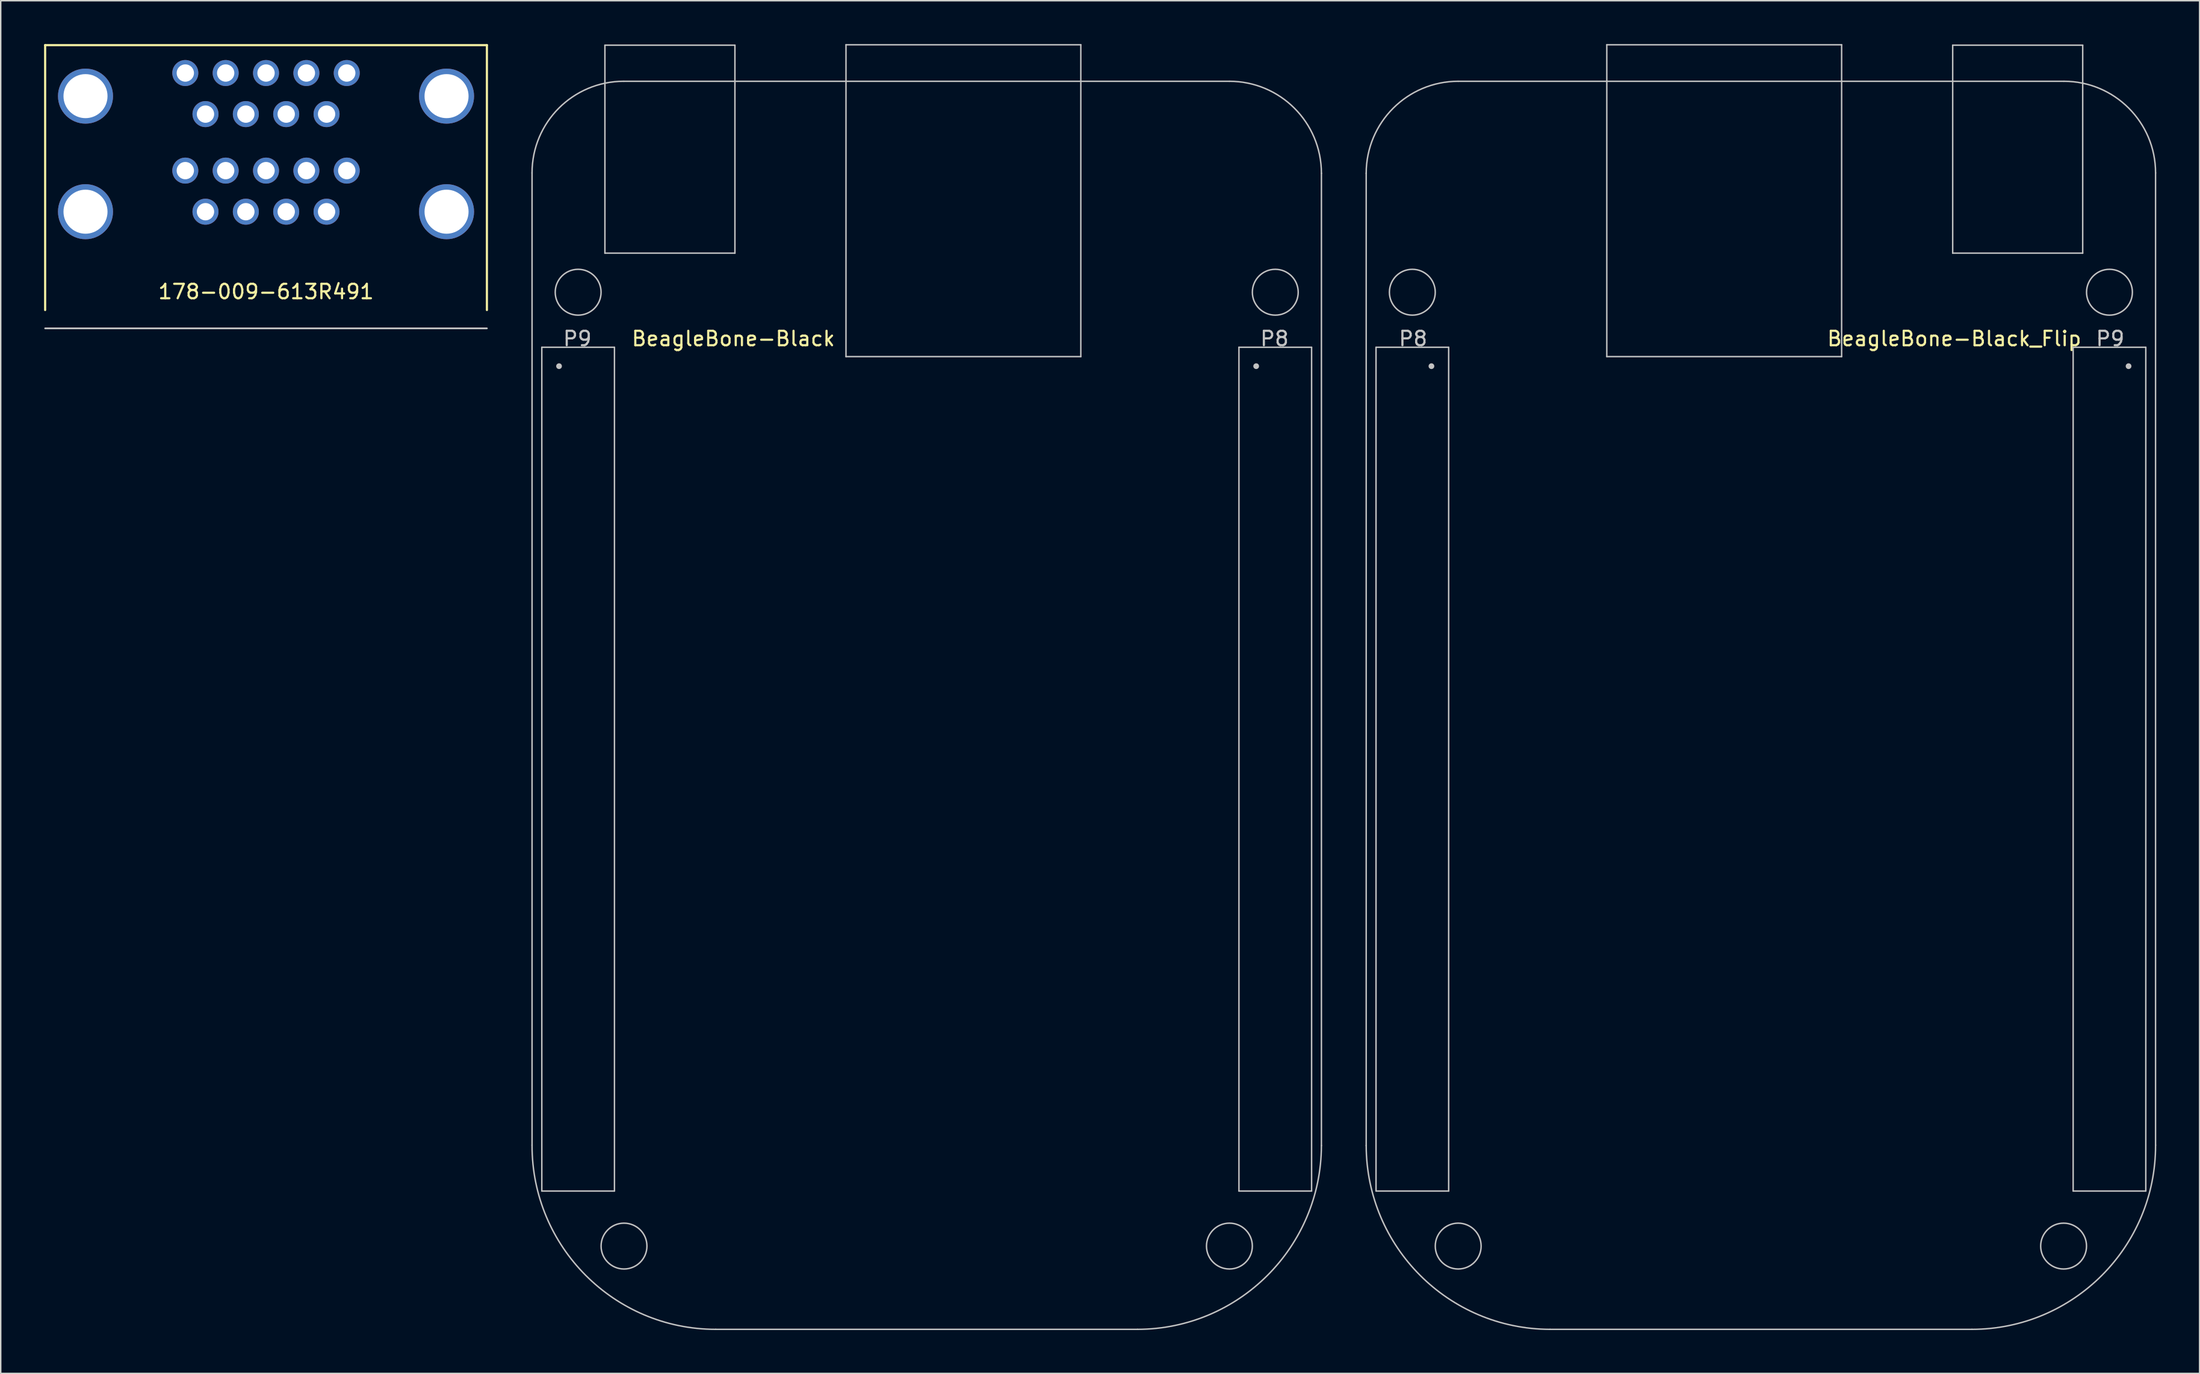
<source format=kicad_pcb>
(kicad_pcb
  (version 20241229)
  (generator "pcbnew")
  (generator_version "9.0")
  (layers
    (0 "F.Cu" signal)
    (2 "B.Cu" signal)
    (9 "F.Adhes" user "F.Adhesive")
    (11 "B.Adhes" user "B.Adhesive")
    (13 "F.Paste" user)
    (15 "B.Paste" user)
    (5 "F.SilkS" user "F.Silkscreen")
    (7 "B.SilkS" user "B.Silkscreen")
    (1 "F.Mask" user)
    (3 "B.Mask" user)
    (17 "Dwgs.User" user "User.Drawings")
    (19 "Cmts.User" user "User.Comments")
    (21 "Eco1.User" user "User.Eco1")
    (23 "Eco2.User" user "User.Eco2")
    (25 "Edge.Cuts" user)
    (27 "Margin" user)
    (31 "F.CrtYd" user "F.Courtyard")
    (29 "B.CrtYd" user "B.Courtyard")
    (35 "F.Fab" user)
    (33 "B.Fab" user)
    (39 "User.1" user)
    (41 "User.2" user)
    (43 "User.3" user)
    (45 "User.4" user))
  (footprint "BeagleBone-Black_Flip"
    (layer "F.Cu")
    (at 144.303 22.302)
    (property "Reference" "BeagleBone-Black_Flip" (at -12.065 -1.905 0) (layer "F.SilkS") (effects (font (size 1 1) (thickness 0.15))))
    (attr through_hole)
    (fp_line (start -52.776 -13.352) (end -52.776 53.961) (stroke (width 0.1) (type solid)) (layer "Dwgs.User"))
    (fp_line (start -52.096 -1.31) (end -52.096 57.11) (stroke (width 0.1) (type solid)) (layer "Dwgs.User"))
    (fp_line (start -52.096 -1.31) (end -47.067 -1.31) (stroke (width 0.1) (type solid)) (layer "Dwgs.User"))
    (fp_line (start -52.096 57.11) (end -47.067 57.11) (stroke (width 0.1) (type solid)) (layer "Dwgs.User"))
    (fp_line (start -47.067 -1.31) (end -47.067 57.11) (stroke (width 0.1) (type solid)) (layer "Dwgs.User"))
    (fp_line (start -40.051 66.686) (end -10.841 66.686) (stroke (width 0.1) (type solid)) (layer "Dwgs.User"))
    (fp_line (start -36.12 -22.252) (end -19.864 -22.252) (stroke (width 0.1) (type solid)) (layer "Dwgs.User"))
    (fp_line (start -36.12 -0.662) (end -36.12 -22.252) (stroke (width 0.1) (type solid)) (layer "Dwgs.User"))
    (fp_line (start -19.864 -22.252) (end -19.864 -0.662) (stroke (width 0.1) (type solid)) (layer "Dwgs.User"))
    (fp_line (start -19.864 -0.662) (end -36.12 -0.662) (stroke (width 0.1) (type solid)) (layer "Dwgs.User"))
    (fp_line (start -12.175 -7.825) (end -12.175 -22.225) (stroke (width 0.1) (type solid)) (layer "Dwgs.User"))
    (fp_line (start -4.476 -19.725) (end -46.403 -19.725) (stroke (width 0.1) (type solid)) (layer "Dwgs.User"))
    (fp_line (start -3.836 -1.31) (end -3.836 57.11) (stroke (width 0.1) (type solid)) (layer "Dwgs.User"))
    (fp_line (start -3.836 -1.31) (end 1.193 -1.31) (stroke (width 0.1) (type solid)) (layer "Dwgs.User"))
    (fp_line (start -3.836 57.11) (end 1.193 57.11) (stroke (width 0.1) (type solid)) (layer "Dwgs.User"))
    (fp_line (start -3.175 -22.225) (end -12.175 -22.225) (stroke (width 0.1) (type solid)) (layer "Dwgs.User"))
    (fp_line (start -3.175 -7.825) (end -12.175 -7.825) (stroke (width 0.1) (type solid)) (layer "Dwgs.User"))
    (fp_line (start -3.175 -7.825) (end -3.175 -22.225) (stroke (width 0.1) (type solid)) (layer "Dwgs.User"))
    (fp_line (start 1.193 -1.31) (end 1.193 57.11) (stroke (width 0.1) (type solid)) (layer "Dwgs.User"))
    (fp_line (start 1.869 53.935) (end 1.869 -13.38) (stroke (width 0.1) (type solid)) (layer "Dwgs.User"))
    (fp_arc (start -52.77594 -13.352274) (mid -50.909412 -17.85847) (end -46.403216 -19.724998) (stroke (width 0.1) (type solid)) (layer "Dwgs.User"))
    (fp_arc (start -40.050736 66.68562) (mid -49.03983 62.950067) (end -52.77594 53.961204) (stroke (width 0.1) (type solid)) (layer "Dwgs.User"))
    (fp_arc (start -4.475629 -19.725) (mid 0.01104 -17.866561) (end 1.869479 -13.379892) (stroke (width 0.1) (type solid)) (layer "Dwgs.User"))
    (fp_arc (start 1.869479 53.934513) (mid -1.843065 62.944156) (end -10.840736 66.685621) (stroke (width 0.1) (type solid)) (layer "Dwgs.User"))
    (fp_circle (center -49.582 -5.12) (end -49.582 -3.533) (stroke (width 0.1) (type solid)) (fill no) (layer "Dwgs.User"))
    (fp_circle (center -48.26 0) (end -48.36 0) (stroke (width 0.2) (type solid)) (fill no) (layer "Dwgs.User"))
    (fp_circle (center -46.407 60.92) (end -46.407 62.507) (stroke (width 0.1) (type solid)) (fill no) (layer "Dwgs.User"))
    (fp_circle (center -4.497 60.92) (end -4.497 62.507) (stroke (width 0.1) (type solid)) (fill no) (layer "Dwgs.User"))
    (fp_circle (center -1.322 -5.12) (end -1.322 -3.533) (stroke (width 0.1) (type solid)) (fill no) (layer "Dwgs.User"))
    (fp_circle (center 0 0) (end -0.1 0) (stroke (width 0.2) (type solid)) (fill no) (layer "Dwgs.User"))
    (fp_text user "P9" (at -1.27 -1.905 0) (layer "Dwgs.User") (effects (font (size 1 1) (thickness 0.15))))
    (fp_text user "P8" (at -49.53 -1.905 0) (layer "Dwgs.User") (effects (font (size 1 1) (thickness 0.15)))))
  (footprint "BeagleBone-Black"
    (layer "F.Cu")
    (at 35.651 22.302)
    (property "Reference" "BeagleBone-Black" (at 12.065 -1.905 0) (layer "F.SilkS") (effects (font (size 1 1) (thickness 0.15))))
    (attr through_hole)
    (fp_line (start -1.869 53.935) (end -1.869 -13.38) (stroke (width 0.1) (type solid)) (layer "Dwgs.User"))
    (fp_line (start -1.193 -1.31) (end -1.193 57.11) (stroke (width 0.1) (type solid)) (layer "Dwgs.User"))
    (fp_line (start 3.175 -22.225) (end 12.175 -22.225) (stroke (width 0.1) (type solid)) (layer "Dwgs.User"))
    (fp_line (start 3.175 -7.825) (end 3.175 -22.225) (stroke (width 0.1) (type solid)) (layer "Dwgs.User"))
    (fp_line (start 3.175 -7.825) (end 12.175 -7.825) (stroke (width 0.1) (type solid)) (layer "Dwgs.User"))
    (fp_line (start 3.836 -1.31) (end -1.193 -1.31) (stroke (width 0.1) (type solid)) (layer "Dwgs.User"))
    (fp_line (start 3.836 -1.31) (end 3.836 57.11) (stroke (width 0.1) (type solid)) (layer "Dwgs.User"))
    (fp_line (start 3.836 57.11) (end -1.193 57.11) (stroke (width 0.1) (type solid)) (layer "Dwgs.User"))
    (fp_line (start 4.476 -19.725) (end 46.403 -19.725) (stroke (width 0.1) (type solid)) (layer "Dwgs.User"))
    (fp_line (start 12.175 -7.825) (end 12.175 -22.225) (stroke (width 0.1) (type solid)) (layer "Dwgs.User"))
    (fp_line (start 19.864 -22.252) (end 19.864 -0.662) (stroke (width 0.1) (type solid)) (layer "Dwgs.User"))
    (fp_line (start 19.864 -0.662) (end 36.12 -0.662) (stroke (width 0.1) (type solid)) (layer "Dwgs.User"))
    (fp_line (start 36.12 -22.252) (end 19.864 -22.252) (stroke (width 0.1) (type solid)) (layer "Dwgs.User"))
    (fp_line (start 36.12 -0.662) (end 36.12 -22.252) (stroke (width 0.1) (type solid)) (layer "Dwgs.User"))
    (fp_line (start 40.051 66.686) (end 10.841 66.686) (stroke (width 0.1) (type solid)) (layer "Dwgs.User"))
    (fp_line (start 47.067 -1.31) (end 47.067 57.11) (stroke (width 0.1) (type solid)) (layer "Dwgs.User"))
    (fp_line (start 52.096 -1.31) (end 47.067 -1.31) (stroke (width 0.1) (type solid)) (layer "Dwgs.User"))
    (fp_line (start 52.096 -1.31) (end 52.096 57.11) (stroke (width 0.1) (type solid)) (layer "Dwgs.User"))
    (fp_line (start 52.096 57.11) (end 47.067 57.11) (stroke (width 0.1) (type solid)) (layer "Dwgs.User"))
    (fp_line (start 52.776 -13.352) (end 52.776 53.961) (stroke (width 0.1) (type solid)) (layer "Dwgs.User"))
    (fp_arc (start -1.869479 -13.379892) (mid -0.01104 -17.866561) (end 4.475629 -19.725) (stroke (width 0.1) (type solid)) (layer "Dwgs.User"))
    (fp_arc (start 10.840736 66.685621) (mid 1.843065 62.944156) (end -1.869479 53.934513) (stroke (width 0.1) (type solid)) (layer "Dwgs.User"))
    (fp_arc (start 46.403216 -19.724998) (mid 50.909412 -17.85847) (end 52.77594 -13.352274) (stroke (width 0.1) (type solid)) (layer "Dwgs.User"))
    (fp_arc (start 52.77594 53.961204) (mid 49.03983 62.950066) (end 40.050736 66.68562) (stroke (width 0.1) (type solid)) (layer "Dwgs.User"))
    (fp_circle (center 0 0) (end 0.1 0) (stroke (width 0.2) (type solid)) (fill no) (layer "Dwgs.User"))
    (fp_circle (center 1.322 -5.12) (end 1.322 -3.533) (stroke (width 0.1) (type solid)) (fill no) (layer "Dwgs.User"))
    (fp_circle (center 4.497 60.92) (end 4.497 62.507) (stroke (width 0.1) (type solid)) (fill no) (layer "Dwgs.User"))
    (fp_circle (center 46.407 60.92) (end 46.407 62.507) (stroke (width 0.1) (type solid)) (fill no) (layer "Dwgs.User"))
    (fp_circle (center 48.26 0) (end 48.36 0) (stroke (width 0.2) (type solid)) (fill no) (layer "Dwgs.User"))
    (fp_circle (center 49.582 -5.12) (end 49.582 -3.533) (stroke (width 0.1) (type solid)) (fill no) (layer "Dwgs.User"))
    (fp_text user "P9" (at 1.27 -1.905 0) (layer "Dwgs.User") (effects (font (size 1 1) (thickness 0.15))))
    (fp_text user "P8" (at 49.53 -1.905 0) (layer "Dwgs.User") (effects (font (size 1 1) (thickness 0.15)))))
  (footprint "178-009-613R491"
    (layer "F.Cu")
    (at 15.366 19.684)
    (property "Reference" "178-009-613R491" (at 0 -2.54 0) (layer "F.SilkS") (effects (font (size 1 1) (thickness 0.15))))
    (attr through_hole)
    (fp_line (start -15.291 -1.27) (end -15.291 -19.609) (stroke (width 0.15) (type solid)) (layer "F.SilkS"))
    (fp_line (start 15.291 -19.609) (end -15.291 -19.609) (stroke (width 0.15) (type solid)) (layer "F.SilkS"))
    (fp_line (start 15.291 -1.27) (end 15.291 -19.609) (stroke (width 0.15) (type solid)) (layer "F.SilkS"))
    (fp_line (start -15.291 0) (end 15.291 0) (stroke (width 0.12) (type solid)) (layer "Dwgs.User"))
    (pad "" thru_hole circle (at -12.497 -16.078) (size 3.81 3.81) (drill 3.048) (layers "*.Cu" "*.Mask"))
    (pad "" thru_hole circle (at -12.497 -8.077) (size 3.81 3.81) (drill 3.048) (layers "*.Cu" "*.Mask"))
    (pad "" thru_hole circle (at 12.497 -16.078) (size 3.81 3.81) (drill 3.048) (layers "*.Cu" "*.Mask"))
    (pad "" thru_hole circle (at 12.497 -8.077) (size 3.81 3.81) (drill 3.048) (layers "*.Cu" "*.Mask"))
    (pad "A1" thru_hole circle (at -5.588 -10.922) (size 1.8 1.8) (drill 1.2) (layers "*.Cu" "*.Mask"))
    (pad "A2" thru_hole circle (at -2.794 -10.922) (size 1.8 1.8) (drill 1.2) (layers "*.Cu" "*.Mask"))
    (pad "A3" thru_hole circle (at 0 -10.922) (size 1.8 1.8) (drill 1.2) (layers "*.Cu" "*.Mask"))
    (pad "A4" thru_hole circle (at 2.794 -10.922) (size 1.8 1.8) (drill 1.2) (layers "*.Cu" "*.Mask"))
    (pad "A5" thru_hole circle (at 5.588 -10.922) (size 1.8 1.8) (drill 1.2) (layers "*.Cu" "*.Mask"))
    (pad "A6" thru_hole circle (at -4.191 -8.077) (size 1.8 1.8) (drill 1.2) (layers "*.Cu" "*.Mask"))
    (pad "A7" thru_hole circle (at -1.397 -8.077) (size 1.8 1.8) (drill 1.2) (layers "*.Cu" "*.Mask"))
    (pad "A8" thru_hole circle (at 1.397 -8.077) (size 1.8 1.8) (drill 1.2) (layers "*.Cu" "*.Mask"))
    (pad "A9" thru_hole circle (at 4.191 -8.077) (size 1.8 1.8) (drill 1.2) (layers "*.Cu" "*.Mask"))
    (pad "B1" thru_hole circle (at -5.588 -17.678) (size 1.8 1.8) (drill 1.2) (layers "*.Cu" "*.Mask"))
    (pad "B2" thru_hole circle (at -2.794 -17.678) (size 1.8 1.8) (drill 1.2) (layers "*.Cu" "*.Mask"))
    (pad "B3" thru_hole circle (at 0 -17.678) (size 1.8 1.8) (drill 1.2) (layers "*.Cu" "*.Mask"))
    (pad "B4" thru_hole circle (at 2.794 -17.678) (size 1.8 1.8) (drill 1.2) (layers "*.Cu" "*.Mask"))
    (pad "B5" thru_hole circle (at 5.588 -17.678) (size 1.8 1.8) (drill 1.2) (layers "*.Cu" "*.Mask"))
    (pad "B6" thru_hole circle (at -4.191 -14.834) (size 1.8 1.8) (drill 1.2) (layers "*.Cu" "*.Mask"))
    (pad "B7" thru_hole circle (at -1.397 -14.834) (size 1.8 1.8) (drill 1.2) (layers "*.Cu" "*.Mask"))
    (pad "B8" thru_hole circle (at 1.397 -14.834) (size 1.8 1.8) (drill 1.2) (layers "*.Cu" "*.Mask"))
    (pad "B9" thru_hole circle (at 4.191 -14.834) (size 1.8 1.8) (drill 1.2) (layers "*.Cu" "*.Mask")))
  (gr_rect
    (start -3 -3)
    (end 149.222 92.038)
    (stroke (width 0.1) (type default))
    (fill no)
    (layer "Edge.Cuts")))
</source>
